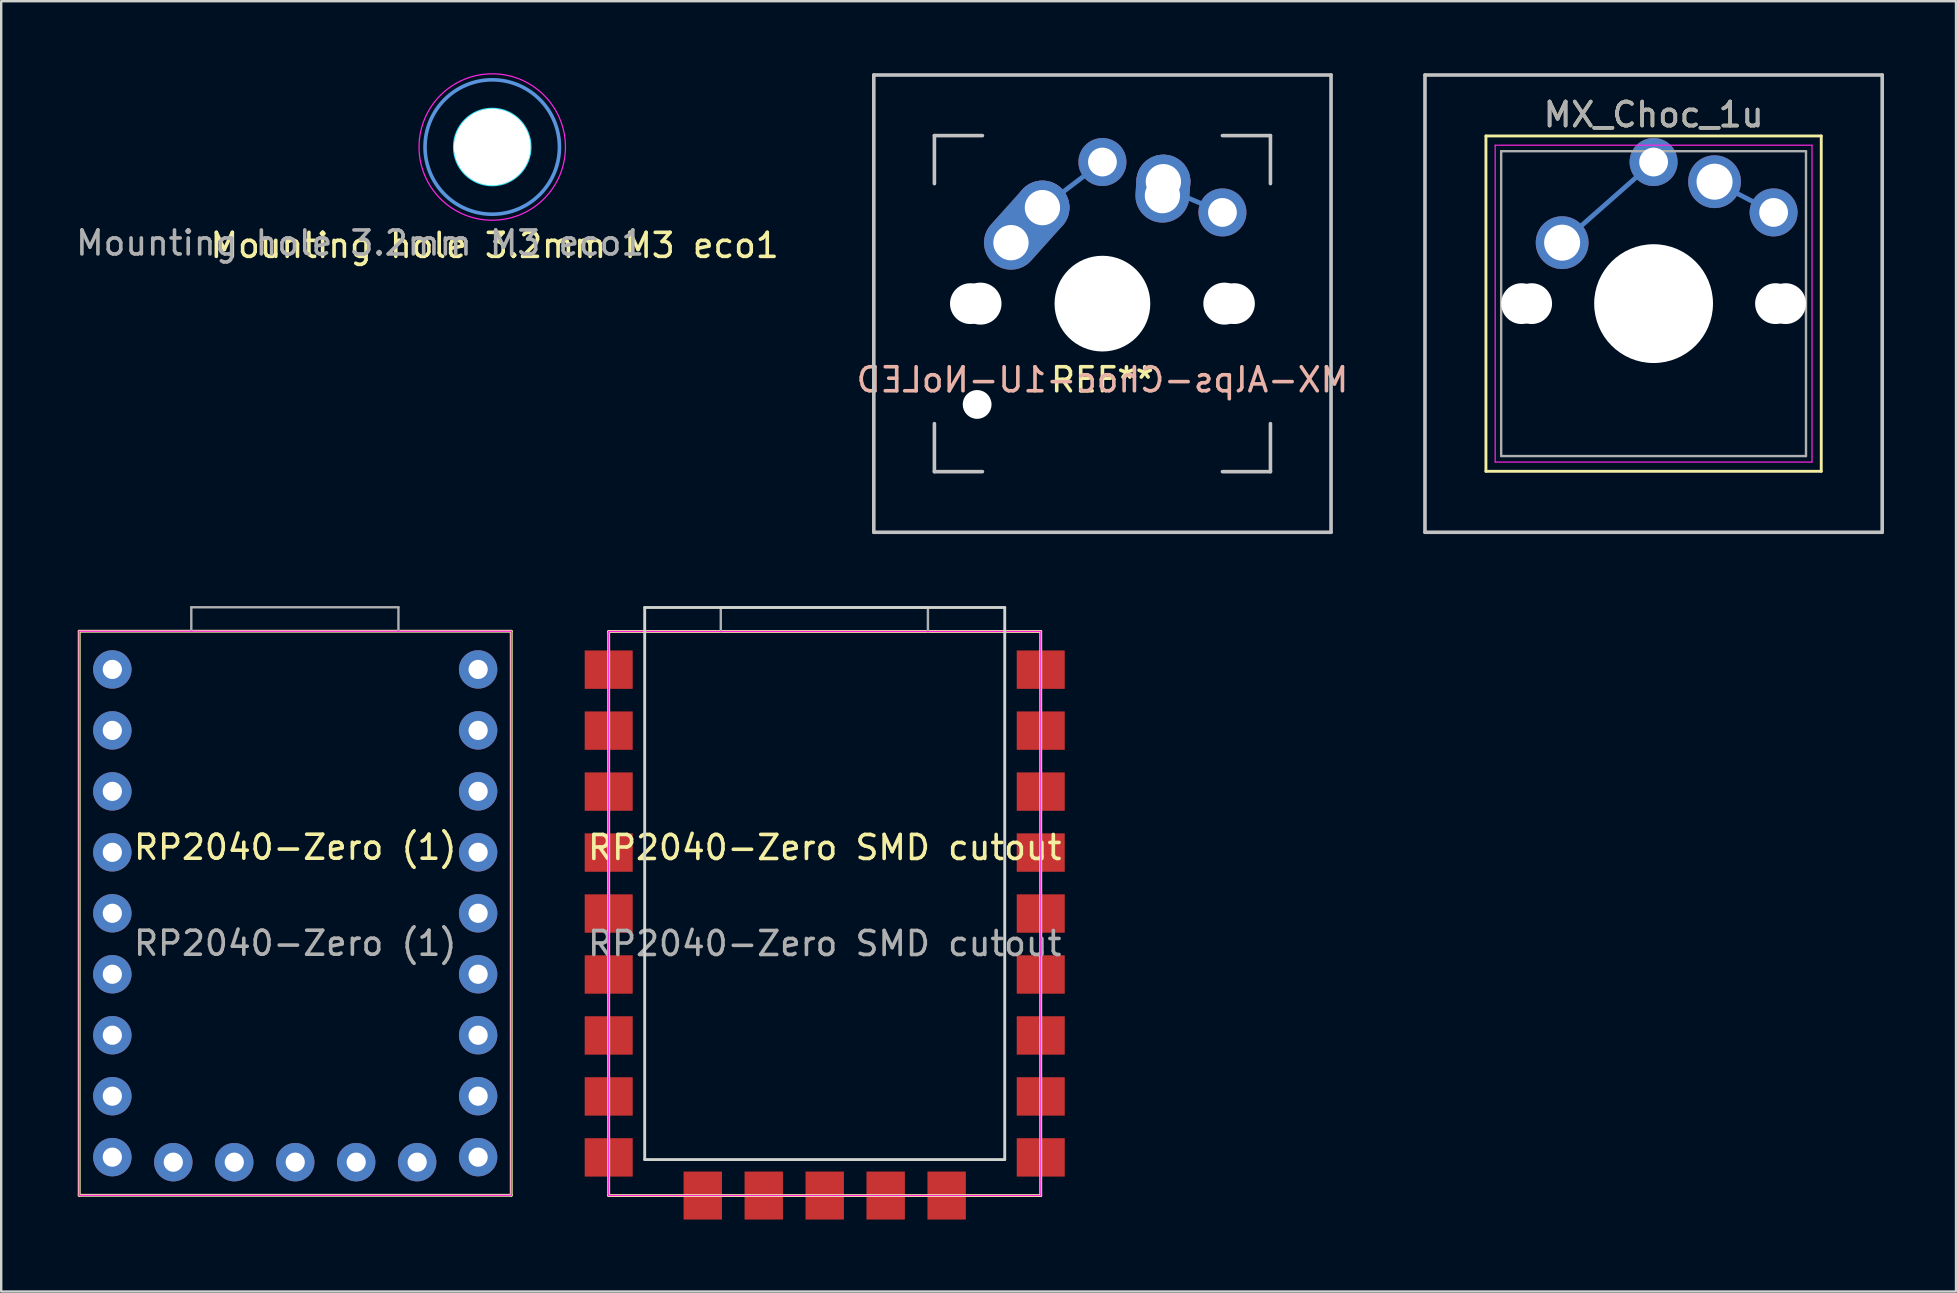
<source format=kicad_pcb>
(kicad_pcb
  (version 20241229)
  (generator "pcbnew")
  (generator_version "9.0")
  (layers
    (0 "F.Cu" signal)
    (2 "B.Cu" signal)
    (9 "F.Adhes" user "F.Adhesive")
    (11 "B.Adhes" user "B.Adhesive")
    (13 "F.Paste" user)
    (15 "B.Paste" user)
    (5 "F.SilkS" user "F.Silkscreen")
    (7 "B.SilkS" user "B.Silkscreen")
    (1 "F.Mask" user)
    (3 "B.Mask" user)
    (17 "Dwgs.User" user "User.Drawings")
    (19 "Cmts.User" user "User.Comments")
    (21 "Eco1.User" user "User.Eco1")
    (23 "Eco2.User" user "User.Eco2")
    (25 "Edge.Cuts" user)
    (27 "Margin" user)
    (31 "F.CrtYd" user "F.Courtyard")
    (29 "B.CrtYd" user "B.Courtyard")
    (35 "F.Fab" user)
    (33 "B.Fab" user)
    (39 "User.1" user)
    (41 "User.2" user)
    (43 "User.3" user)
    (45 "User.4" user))
  (footprint "RP2040-Zero (1)"
    (layer "F.Cu")
    (at 0.25 46.75)
    (property "Reference" "RP2040-Zero (1)" (at 9 -14.5 0) (unlocked yes) (layer "F.SilkS") (effects (font (size 1 1) (thickness 0.15))))
    (attr through_hole)
    (fp_line (start 0 -23.5) (end 0 0) (stroke (width 0.12) (type solid)) (layer "F.SilkS"))
    (fp_line (start 0 0) (end 18 0) (stroke (width 0.12) (type solid)) (layer "F.SilkS"))
    (fp_line (start 18 -23.5) (end 0 -23.5) (stroke (width 0.12) (type solid)) (layer "F.SilkS"))
    (fp_line (start 18 0) (end 18 -23.5) (stroke (width 0.12) (type solid)) (layer "F.SilkS"))
    (fp_line (start 0 -23.5) (end 18 -23.5) (stroke (width 0.05) (type solid)) (layer "F.CrtYd"))
    (fp_line (start 0 0) (end 0 -23.5) (stroke (width 0.05) (type solid)) (layer "F.CrtYd"))
    (fp_line (start 18 -23.5) (end 18 0) (stroke (width 0.05) (type solid)) (layer "F.CrtYd"))
    (fp_line (start 18 0) (end 0 0) (stroke (width 0.05) (type solid)) (layer "F.CrtYd"))
    (fp_line (start 4.67 -24.5) (end 4.67 -23.5) (stroke (width 0.1) (type solid)) (layer "F.Fab"))
    (fp_line (start 4.67 -24.5) (end 13.3 -24.5) (stroke (width 0.1) (type solid)) (layer "F.Fab"))
    (fp_line (start 13.3 -24.5) (end 13.3 -23.5) (stroke (width 0.1) (type solid)) (layer "F.Fab"))
    (fp_text user "${REFERENCE}" (at 9 -10.5 0) (unlocked yes) (layer "F.Fab") (effects (font (size 1 1) (thickness 0.15))))
    (pad "1" thru_hole circle (at 16.62 -21.91) (size 1.6 1.6) (drill 0.8) (layers "*.Cu" "*.Mask"))
    (pad "2" thru_hole circle (at 16.62 -19.37) (size 1.6 1.6) (drill 0.8) (layers "*.Cu" "*.Mask"))
    (pad "3" thru_hole circle (at 16.62 -16.83) (size 1.6 1.6) (drill 0.8) (layers "*.Cu" "*.Mask"))
    (pad "4" thru_hole circle (at 16.62 -14.29) (size 1.6 1.6) (drill 0.8) (layers "*.Cu" "*.Mask"))
    (pad "5" thru_hole circle (at 16.62 -11.75) (size 1.6 1.6) (drill 0.8) (layers "*.Cu" "*.Mask"))
    (pad "6" thru_hole circle (at 16.62 -9.21) (size 1.6 1.6) (drill 0.8) (layers "*.Cu" "*.Mask"))
    (pad "7" thru_hole circle (at 16.62 -6.67) (size 1.6 1.6) (drill 0.8) (layers "*.Cu" "*.Mask"))
    (pad "8" thru_hole circle (at 16.62 -4.13) (size 1.6 1.6) (drill 0.8) (layers "*.Cu" "*.Mask"))
    (pad "9" thru_hole circle (at 16.62 -1.59) (size 1.6 1.6) (drill 0.8) (layers "*.Cu" "*.Mask"))
    (pad "10" thru_hole circle (at 14.08 -1.38) (size 1.6 1.6) (drill 0.8) (layers "*.Cu" "*.Mask"))
    (pad "11" thru_hole circle (at 11.54 -1.38) (size 1.6 1.6) (drill 0.8) (layers "*.Cu" "*.Mask"))
    (pad "12" thru_hole circle (at 9 -1.38) (size 1.6 1.6) (drill 0.8) (layers "*.Cu" "*.Mask"))
    (pad "13" thru_hole circle (at 6.46 -1.38) (size 1.6 1.6) (drill 0.8) (layers "*.Cu" "*.Mask"))
    (pad "14" thru_hole circle (at 3.92 -1.38) (size 1.6 1.6) (drill 0.8) (layers "*.Cu" "*.Mask"))
    (pad "15" thru_hole circle (at 1.38 -1.59) (size 1.6 1.6) (drill 0.8) (layers "*.Cu" "*.Mask"))
    (pad "16" thru_hole circle (at 1.38 -4.13) (size 1.6 1.6) (drill 0.8) (layers "*.Cu" "*.Mask"))
    (pad "17" thru_hole circle (at 1.38 -6.67) (size 1.6 1.6) (drill 0.8) (layers "*.Cu" "*.Mask"))
    (pad "18" thru_hole circle (at 1.38 -9.21) (size 1.6 1.6) (drill 0.8) (layers "*.Cu" "*.Mask"))
    (pad "19" thru_hole circle (at 1.38 -11.75) (size 1.6 1.6) (drill 0.8) (layers "*.Cu" "*.Mask"))
    (pad "20" thru_hole circle (at 1.38 -14.29) (size 1.6 1.6) (drill 0.8) (layers "*.Cu" "*.Mask"))
    (pad "21" thru_hole circle (at 1.38 -16.83) (size 1.6 1.6) (drill 0.8) (layers "*.Cu" "*.Mask"))
    (pad "22" thru_hole circle (at 1.38 -19.37) (size 1.6 1.6) (drill 0.8) (layers "*.Cu" "*.Mask"))
    (pad "23" thru_hole circle (at 1.38 -21.91) (size 1.6 1.6) (drill 0.8) (layers "*.Cu" "*.Mask")))
  (footprint "RP2040-Zero SMD cutout"
    (layer "F.Cu")
    (at 22.31 46.76)
    (property "Reference" "RP2040-Zero SMD cutout" (at 9 -14.5 0) (unlocked yes) (layer "F.SilkS") (effects (font (size 1 1) (thickness 0.15))))
    (attr through_hole)
    (fp_line (start 0 -23.5) (end 0 0) (stroke (width 0.12) (type solid)) (layer "F.SilkS"))
    (fp_line (start 0 0) (end 18 0) (stroke (width 0.12) (type solid)) (layer "F.SilkS"))
    (fp_line (start 18 -23.5) (end 0 -23.5) (stroke (width 0.12) (type solid)) (layer "F.SilkS"))
    (fp_line (start 18 0) (end 18 -23.5) (stroke (width 0.12) (type solid)) (layer "F.SilkS"))
    (fp_line (start 1.5 -24.5) (end 1.5 -1.5) (stroke (width 0.12) (type solid)) (layer "Edge.Cuts"))
    (fp_line (start 1.5 -1.5) (end 16.5 -1.5) (stroke (width 0.12) (type solid)) (layer "Edge.Cuts"))
    (fp_line (start 16.5 -24.5) (end 1.5 -24.5) (stroke (width 0.12) (type solid)) (layer "Edge.Cuts"))
    (fp_line (start 16.5 -1.5) (end 16.5 -24.5) (stroke (width 0.12) (type solid)) (layer "Edge.Cuts"))
    (fp_line (start 0 -23.5) (end 18 -23.5) (stroke (width 0.05) (type solid)) (layer "F.CrtYd"))
    (fp_line (start 0 0) (end 0 -23.5) (stroke (width 0.05) (type solid)) (layer "F.CrtYd"))
    (fp_line (start 18 -23.5) (end 18 0) (stroke (width 0.05) (type solid)) (layer "F.CrtYd"))
    (fp_line (start 18 0) (end 0 0) (stroke (width 0.05) (type solid)) (layer "F.CrtYd"))
    (fp_line (start 4.67 -24.5) (end 4.67 -23.5) (stroke (width 0.1) (type solid)) (layer "F.Fab"))
    (fp_line (start 4.67 -24.5) (end 13.3 -24.5) (stroke (width 0.1) (type solid)) (layer "F.Fab"))
    (fp_line (start 13.3 -24.5) (end 13.3 -23.5) (stroke (width 0.1) (type solid)) (layer "F.Fab"))
    (fp_text user "${REFERENCE}" (at 9 -10.5 0) (unlocked yes) (layer "F.Fab") (effects (font (size 1 1) (thickness 0.15))))
    (pad "1" smd rect (at 18 -21.91) (size 2 1.6) (layers "F.Cu" "F.Mask" "F.Paste"))
    (pad "2" smd rect (at 18 -19.37) (size 2 1.6) (layers "F.Cu" "F.Mask" "F.Paste"))
    (pad "3" smd rect (at 18 -16.83) (size 2 1.6) (layers "F.Cu" "F.Mask" "F.Paste"))
    (pad "4" smd rect (at 18 -14.29) (size 2 1.6) (layers "F.Cu" "F.Mask" "F.Paste"))
    (pad "5" smd rect (at 18 -11.75) (size 2 1.6) (layers "F.Cu" "F.Mask" "F.Paste"))
    (pad "6" smd rect (at 18 -9.21) (size 2 1.6) (layers "F.Cu" "F.Mask" "F.Paste"))
    (pad "7" smd rect (at 18 -6.67) (size 2 1.6) (layers "F.Cu" "F.Mask" "F.Paste"))
    (pad "8" smd rect (at 18 -4.13) (size 2 1.6) (layers "F.Cu" "F.Mask" "F.Paste"))
    (pad "9" smd rect (at 18 -1.59) (size 2 1.6) (layers "F.Cu" "F.Mask" "F.Paste"))
    (pad "10" smd rect (at 14.08 0 90) (size 2 1.6) (layers "F.Cu" "F.Mask" "F.Paste"))
    (pad "11" smd rect (at 11.54 0 90) (size 2 1.6) (layers "F.Cu" "F.Mask" "F.Paste"))
    (pad "12" smd rect (at 9 0 90) (size 2 1.6) (layers "F.Cu" "F.Mask" "F.Paste"))
    (pad "13" smd rect (at 6.46 0 90) (size 2 1.6) (layers "F.Cu" "F.Mask" "F.Paste"))
    (pad "14" smd rect (at 3.92 0 90) (size 2 1.6) (layers "F.Cu" "F.Mask" "F.Paste"))
    (pad "15" smd rect (at 0 -1.59 180) (size 2 1.6) (layers "F.Cu" "F.Mask" "F.Paste"))
    (pad "16" smd rect (at 0 -4.13) (size 2 1.6) (layers "F.Cu" "F.Mask" "F.Paste"))
    (pad "17" smd rect (at 0 -6.67) (size 2 1.6) (layers "F.Cu" "F.Mask" "F.Paste"))
    (pad "18" smd rect (at 0 -9.21) (size 2 1.6) (layers "F.Cu" "F.Mask" "F.Paste"))
    (pad "19" smd rect (at 0 -11.75) (size 2 1.6) (layers "F.Cu" "F.Mask" "F.Paste"))
    (pad "20" smd rect (at 0 -14.29) (size 2 1.6) (layers "F.Cu" "F.Mask" "F.Paste"))
    (pad "21" smd rect (at 0 -16.83) (size 2 1.6) (layers "F.Cu" "F.Mask" "F.Paste"))
    (pad "22" smd rect (at 0 -19.37) (size 2 1.6) (layers "F.Cu" "F.Mask" "F.Paste"))
    (pad "23" smd rect (at 0 -21.91) (size 2 1.6) (layers "F.Cu" "F.Mask" "F.Paste")))
  (footprint "Mounting hole 3.2mm M3 eco1"
    (layer "F.Cu")
    (at 17.458 3.075)
    (property "Reference" "Mounting hole 3.2mm M3 eco1" (at 0.1 4.1 0) (unlocked yes) (layer "F.SilkS") (effects (font (size 1 1) (thickness 0.15))))
    (attr smd)
    (fp_circle (center 0 0) (end 2.8 0) (stroke (width 0.15) (type solid)) (fill no) (layer "Cmts.User"))
    (fp_circle (center 0 0) (end 1.4 -0.8) (stroke (width 0.05) (type solid)) (fill no) (layer "B.CrtYd"))
    (fp_circle (center 0 0) (end 3.05 0) (stroke (width 0.05) (type solid)) (fill no) (layer "F.CrtYd"))
    (fp_text user "${REFERENCE}" (at -5.5 4 0) (layer "F.Fab") (effects (font (size 1 1) (thickness 0.15))))
    (pad "" np_thru_hole circle (at 0 0) (size 3.2 3.2) (drill 3.2) (layers "*.Cu" "*.Mask")))
  (footprint "MX_Choc_1u"
    (layer "F.Cu")
    (at 68.383 4.52)
    (property "Reference" "MX_Choc_1u" (at -2.54 -2.794 0) (layer "F.SilkS") (effects (font (size 1 1) (thickness 0.15))))
    (attr through_hole)
    (fp_line (start -2.54 -0.82) (end -6.35 2.54) (stroke (width 0.2) (type solid)) (layer "B.Cu"))
    (fp_line (start 0 0) (end 2.46 1.28) (stroke (width 0.2) (type solid)) (layer "B.Cu"))
    (fp_line (start -9.525 -1.905) (end 4.445 -1.905) (stroke (width 0.12) (type solid)) (layer "F.SilkS"))
    (fp_line (start -9.525 12.065) (end -9.525 -1.905) (stroke (width 0.12) (type solid)) (layer "F.SilkS"))
    (fp_line (start 4.445 -1.905) (end 4.445 12.065) (stroke (width 0.12) (type solid)) (layer "F.SilkS"))
    (fp_line (start 4.445 12.065) (end -9.525 12.065) (stroke (width 0.12) (type solid)) (layer "F.SilkS"))
    (fp_line (start -12.065 -4.445) (end 6.985 -4.445) (stroke (width 0.15) (type solid)) (layer "Dwgs.User"))
    (fp_line (start -12.065 14.605) (end -12.065 -4.445) (stroke (width 0.15) (type solid)) (layer "Dwgs.User"))
    (fp_line (start 6.985 -4.445) (end 6.985 14.605) (stroke (width 0.15) (type solid)) (layer "Dwgs.User"))
    (fp_line (start 6.985 14.605) (end -12.065 14.605) (stroke (width 0.15) (type solid)) (layer "Dwgs.User"))
    (fp_line (start -9.14 -1.52) (end 4.06 -1.52) (stroke (width 0.05) (type solid)) (layer "F.CrtYd"))
    (fp_line (start -9.14 11.68) (end -9.14 -1.52) (stroke (width 0.05) (type solid)) (layer "F.CrtYd"))
    (fp_line (start 4.06 -1.52) (end 4.06 11.68) (stroke (width 0.05) (type solid)) (layer "F.CrtYd"))
    (fp_line (start 4.06 11.68) (end -9.14 11.68) (stroke (width 0.05) (type solid)) (layer "F.CrtYd"))
    (fp_line (start -8.89 -1.27) (end 3.81 -1.27) (stroke (width 0.1) (type solid)) (layer "F.Fab"))
    (fp_line (start -8.89 11.43) (end -8.89 -1.27) (stroke (width 0.1) (type solid)) (layer "F.Fab"))
    (fp_line (start 3.81 -1.27) (end 3.81 11.43) (stroke (width 0.1) (type solid)) (layer "F.Fab"))
    (fp_line (start 3.81 11.43) (end -8.89 11.43) (stroke (width 0.1) (type solid)) (layer "F.Fab"))
    (fp_text user "${REFERENCE}" (at -2.54 -2.794 0) (layer "F.Fab") (effects (font (size 1 1) (thickness 0.15))))
    (pad "" np_thru_hole circle (at -8.04 5.08) (size 1.7 1.7) (drill 1.7) (layers "*.Cu" "*.Mask"))
    (pad "" np_thru_hole circle (at -7.62 5.08) (size 1.7 1.7) (drill 1.7) (layers "*.Cu" "*.Mask"))
    (pad "" np_thru_hole circle (at -2.54 5.08) (size 4.95 4.95) (drill 4.95) (layers "*.Cu" "*.Mask"))
    (pad "" np_thru_hole circle (at 2.54 5.08) (size 1.7 1.7) (drill 1.7) (layers "*.Cu" "*.Mask"))
    (pad "" np_thru_hole circle (at 2.96 5.08) (size 1.7 1.7) (drill 1.7) (layers "*.Cu" "*.Mask"))
    (pad "1" thru_hole circle (at 0 0) (size 2.2 2.2) (drill 1.5) (layers "*.Cu" "*.Mask"))
    (pad "1" thru_hole circle (at 2.46 1.28 221.9) (size 2 2) (drill 1.2) (layers "*.Cu" "*.Mask"))
    (pad "2" thru_hole circle (at -6.35 2.54) (size 2.2 2.2) (drill 1.5) (layers "*.Cu" "*.Mask"))
    (pad "2" thru_hole circle (at -2.54 -0.82) (size 2 2) (drill 1.2) (layers "*.Cu" "*.Mask")))
  (footprint "MX-Alps-Choc-1U-NoLED"
    (layer "F.Cu")
    (at 42.88 9.6)
    (property "Reference" "MX-Alps-Choc-1U-NoLED" (at 0 3.175 0) (layer "B.SilkS") (effects (font (size 1 1) (thickness 0.15)) (justify mirror)))
    (attr through_hole)
    (fp_line (start 0 -5.9) (end -2.5 -4) (stroke (width 0.2) (type solid)) (layer "B.Cu"))
    (fp_line (start 5 -3.8) (end 2.52 -4.84) (stroke (width 0.2) (type solid)) (layer "B.Cu"))
    (fp_line (start -9.525 -9.525) (end 9.525 -9.525) (stroke (width 0.15) (type solid)) (layer "Dwgs.User"))
    (fp_line (start -9.525 9.525) (end -9.525 -9.525) (stroke (width 0.15) (type solid)) (layer "Dwgs.User"))
    (fp_line (start -7 -7) (end -7 -5) (stroke (width 0.15) (type solid)) (layer "Dwgs.User"))
    (fp_line (start -7 5) (end -7 7) (stroke (width 0.15) (type solid)) (layer "Dwgs.User"))
    (fp_line (start -7 7) (end -5 7) (stroke (width 0.15) (type solid)) (layer "Dwgs.User"))
    (fp_line (start -5 -7) (end -7 -7) (stroke (width 0.15) (type solid)) (layer "Dwgs.User"))
    (fp_line (start 5 -7) (end 7 -7) (stroke (width 0.15) (type solid)) (layer "Dwgs.User"))
    (fp_line (start 5 7) (end 7 7) (stroke (width 0.15) (type solid)) (layer "Dwgs.User"))
    (fp_line (start 7 -7) (end 7 -5) (stroke (width 0.15) (type solid)) (layer "Dwgs.User"))
    (fp_line (start 7 7) (end 7 5) (stroke (width 0.15) (type solid)) (layer "Dwgs.User"))
    (fp_line (start 9.525 -9.525) (end 9.525 9.525) (stroke (width 0.15) (type solid)) (layer "Dwgs.User"))
    (fp_line (start 9.525 9.525) (end -9.525 9.525) (stroke (width 0.15) (type solid)) (layer "Dwgs.User"))
    (fp_text user "REF**" (at 0 3.175 0) (unlocked yes) (layer "F.SilkS") (effects (font (size 1 1) (thickness 0.15))))
    (pad "" np_thru_hole circle (at -5.5 0 48.1) (size 1.7 1.7) (drill 1.7) (layers "*.Cu" "*.Mask"))
    (pad "" np_thru_hole circle (at -5.22 4.2 48.1) (size 1.2 1.2) (drill 1.2) (layers "*.Cu" "*.Mask"))
    (pad "" np_thru_hole circle (at -5.08 0 48.1) (size 1.75 1.75) (drill 1.75) (layers "*.Cu" "*.Mask"))
    (pad "" np_thru_hole circle (at 0 0) (size 3.988 3.988) (drill 3.988) (layers "*.Cu" "*.Mask"))
    (pad "" np_thru_hole circle (at 5.08 0 48.1) (size 1.75 1.75) (drill 1.75) (layers "*.Cu" "*.Mask"))
    (pad "" np_thru_hole circle (at 5.5 0 48.1) (size 1.7 1.7) (drill 1.7) (layers "*.Cu" "*.Mask"))
    (pad "1" thru_hole oval (at 2.5 -4.5 86.1) (size 2.831 2.25) (drill 1.47 (offset 0.291 0)) (layers "*.Cu" "*.Mask"))
    (pad "1" thru_hole circle (at 2.54 -5.08) (size 2.25 2.25) (drill 1.47) (layers "*.Cu" "*.Mask"))
    (pad "1" thru_hole circle (at 5 -3.8) (size 2 2) (drill 1.2) (layers "*.Cu" "*.Mask"))
    (pad "2" thru_hole oval (at -3.81 -2.54 48.1) (size 4.212 2.25) (drill 1.47 (offset 0.981 0)) (layers "*.Cu" "*.Mask"))
    (pad "2" thru_hole circle (at -2.5 -4) (size 2.25 2.25) (drill 1.47) (layers "*.Cu" "*.Mask"))
    (pad "2" thru_hole circle (at 0 -5.9) (size 2 2) (drill 1.2) (layers "*.Cu" "*.Mask")))
  (gr_rect
    (start -3 -3)
    (end 78.443 50.76)
    (stroke (width 0.1) (type default))
    (fill no)
    (layer "Edge.Cuts")))
</source>
